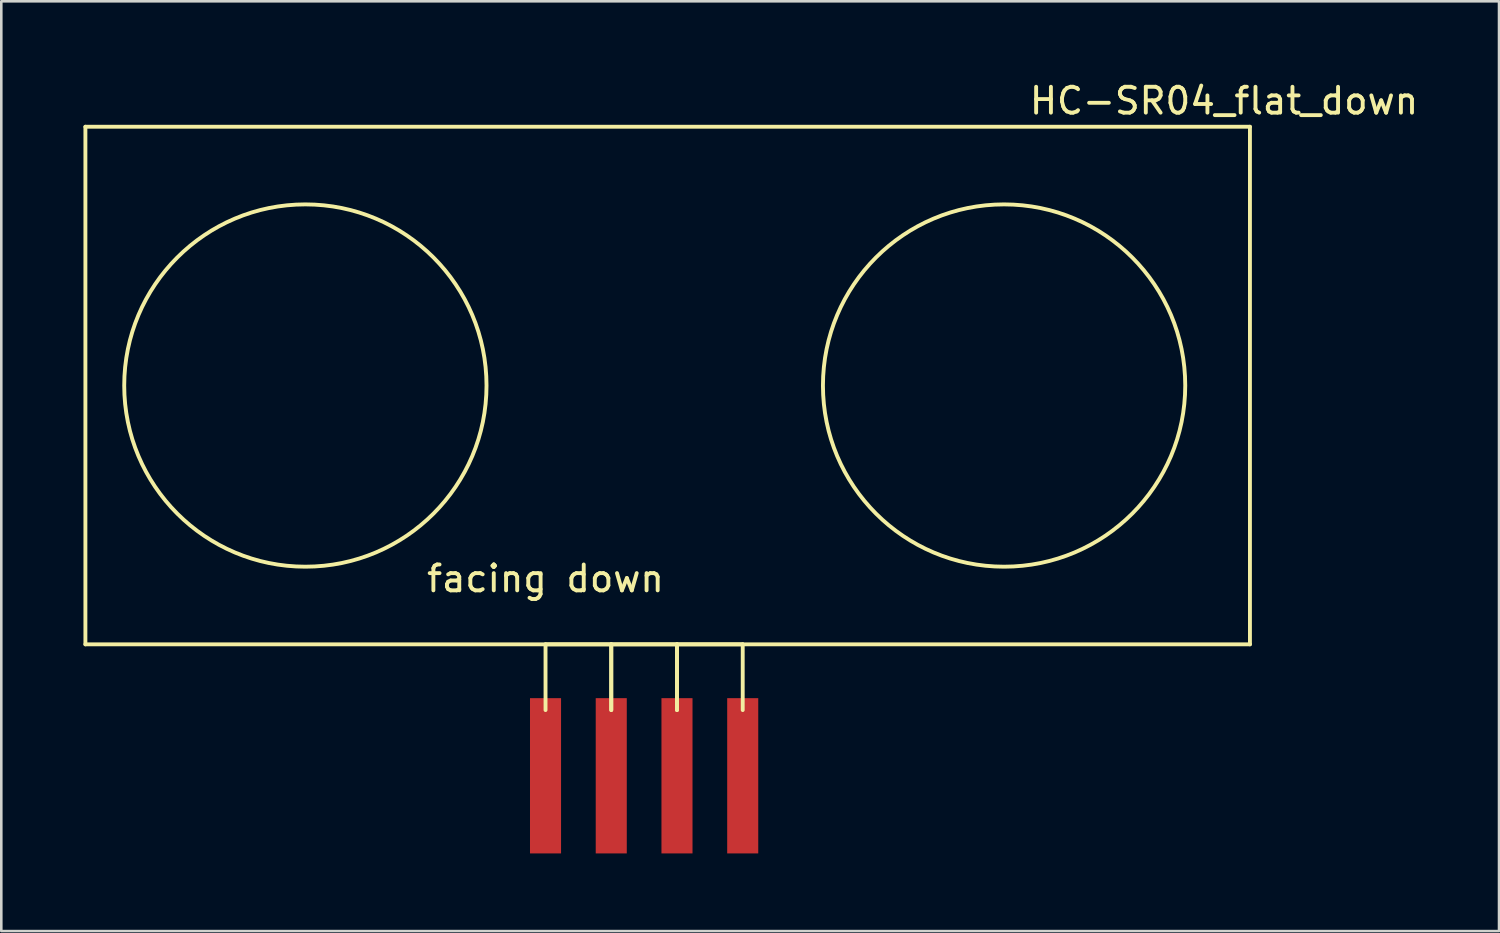
<source format=kicad_pcb>
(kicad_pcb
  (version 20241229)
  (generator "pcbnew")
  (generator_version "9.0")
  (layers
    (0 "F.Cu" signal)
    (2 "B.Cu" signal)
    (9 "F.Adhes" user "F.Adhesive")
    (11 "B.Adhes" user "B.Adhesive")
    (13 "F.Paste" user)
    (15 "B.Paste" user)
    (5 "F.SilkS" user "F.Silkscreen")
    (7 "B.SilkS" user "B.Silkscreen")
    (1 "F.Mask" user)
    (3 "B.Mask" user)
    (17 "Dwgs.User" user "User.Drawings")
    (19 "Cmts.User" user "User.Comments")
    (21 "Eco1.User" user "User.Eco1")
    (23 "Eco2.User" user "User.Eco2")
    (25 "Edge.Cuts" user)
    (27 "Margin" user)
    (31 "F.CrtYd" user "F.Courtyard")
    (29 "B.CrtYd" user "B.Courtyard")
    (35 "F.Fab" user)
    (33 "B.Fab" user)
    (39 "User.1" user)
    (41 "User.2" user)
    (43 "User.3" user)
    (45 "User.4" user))
  (footprint "HC-SR04_flat_down"
    (layer "F.Cu")
    (at 0.25 21.848)
    (property "Reference" "HC-SR04_flat_down" (at 44 -21 0) (layer "F.SilkS") (effects (font (size 1 1) (thickness 0.15))))
    (attr smd)
    (fp_line (start 0 -20) (end 0 0) (stroke (width 0.15) (type solid)) (layer "F.SilkS"))
    (fp_line (start 0 0) (end 45 0) (stroke (width 0.15) (type solid)) (layer "F.SilkS"))
    (fp_line (start 17.78 0) (end 20.32 0) (stroke (width 0.15) (type solid)) (layer "F.SilkS"))
    (fp_line (start 17.78 2.54) (end 17.78 0) (stroke (width 0.15) (type solid)) (layer "F.SilkS"))
    (fp_line (start 20.32 0) (end 20.32 2.54) (stroke (width 0.15) (type solid)) (layer "F.SilkS"))
    (fp_line (start 20.32 0) (end 22.86 0) (stroke (width 0.15) (type solid)) (layer "F.SilkS"))
    (fp_line (start 20.32 2.54) (end 20.32 0) (stroke (width 0.15) (type solid)) (layer "F.SilkS"))
    (fp_line (start 22.86 0) (end 22.86 2.54) (stroke (width 0.15) (type solid)) (layer "F.SilkS"))
    (fp_line (start 22.86 0) (end 25.4 0) (stroke (width 0.15) (type solid)) (layer "F.SilkS"))
    (fp_line (start 22.86 2.54) (end 22.86 0) (stroke (width 0.15) (type solid)) (layer "F.SilkS"))
    (fp_line (start 25.4 0) (end 25.4 2.54) (stroke (width 0.15) (type solid)) (layer "F.SilkS"))
    (fp_line (start 45 -20) (end 0 -20) (stroke (width 0.15) (type solid)) (layer "F.SilkS"))
    (fp_line (start 45 0) (end 45 -20) (stroke (width 0.15) (type solid)) (layer "F.SilkS"))
    (fp_circle (center 8.5 -10) (end 15.5 -10) (stroke (width 0.15) (type solid)) (fill no) (layer "F.SilkS"))
    (fp_circle (center 35.5 -10) (end 42.5 -10) (stroke (width 0.15) (type solid)) (fill no) (layer "F.SilkS"))
    (fp_text user "facing down" (at 17.78 -2.54 0) (layer "F.SilkS") (effects (font (size 1 1) (thickness 0.15))))
    (pad "1" smd rect (at 17.78 5.08) (size 1.2 6) (layers "F.Cu" "F.Mask" "F.Paste"))
    (pad "2" smd rect (at 20.32 5.08) (size 1.2 6) (layers "F.Cu" "F.Mask" "F.Paste"))
    (pad "3" smd rect (at 22.86 5.08) (size 1.2 6) (layers "F.Cu" "F.Mask" "F.Paste"))
    (pad "4" smd rect (at 25.4 5.08) (size 1.2 6) (layers "F.Cu" "F.Mask" "F.Paste")))
  (gr_rect
    (start -3 -3)
    (end 54.875 32.928)
    (stroke (width 0.1) (type default))
    (fill no)
    (layer "Edge.Cuts")))
</source>
